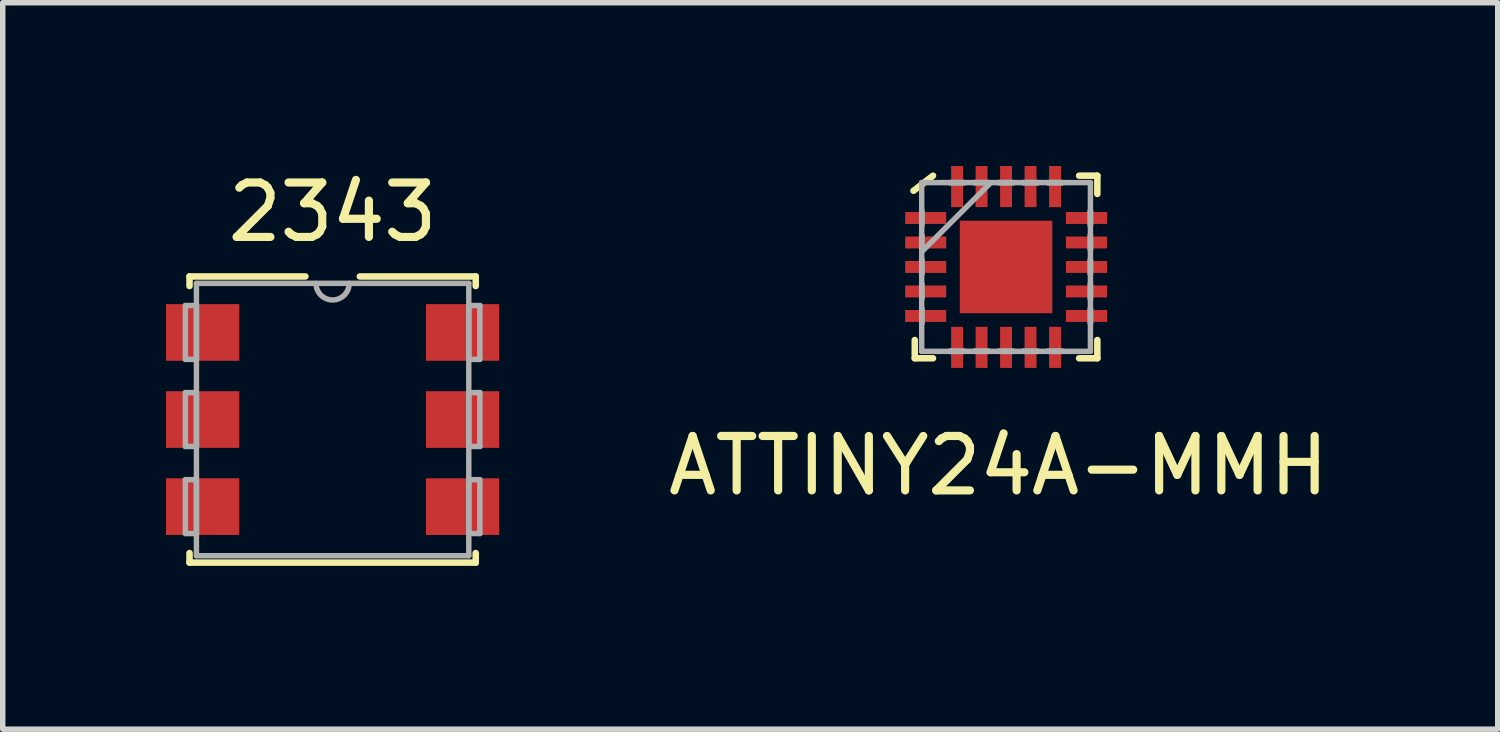
<source format=kicad_pcb>
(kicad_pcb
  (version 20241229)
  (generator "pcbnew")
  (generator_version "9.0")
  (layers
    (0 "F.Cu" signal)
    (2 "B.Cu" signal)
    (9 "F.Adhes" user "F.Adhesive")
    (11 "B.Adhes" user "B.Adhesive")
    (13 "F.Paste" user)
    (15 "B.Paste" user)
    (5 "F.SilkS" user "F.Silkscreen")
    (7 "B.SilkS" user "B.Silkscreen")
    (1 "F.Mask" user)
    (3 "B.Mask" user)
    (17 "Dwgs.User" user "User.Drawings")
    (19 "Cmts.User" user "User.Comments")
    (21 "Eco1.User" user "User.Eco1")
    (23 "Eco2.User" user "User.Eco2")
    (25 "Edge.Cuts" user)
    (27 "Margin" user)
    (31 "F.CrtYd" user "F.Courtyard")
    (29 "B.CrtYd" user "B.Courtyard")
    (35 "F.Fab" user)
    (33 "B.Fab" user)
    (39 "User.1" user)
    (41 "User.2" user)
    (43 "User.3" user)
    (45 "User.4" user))
  (footprint "ATTINY24A-MMH"
    (layer "F.Cu")
    (at 15.434 1.855)
    (property "Reference" "ATTINY24A-MMH" (at -0.14 3.65 0) (layer "F.SilkS") (effects (font (size 1 1) (thickness 0.15))))
    (attr smd)
    (fp_line (start -1.677 1.342) (end -1.677 1.677) (stroke (width 0.12) (type solid)) (layer "F.SilkS"))
    (fp_line (start -1.677 1.677) (end -1.342 1.677) (stroke (width 0.12) (type solid)) (layer "F.SilkS"))
    (fp_line (start -1.342 -1.677) (end -1.7 -1.4) (stroke (width 0.12) (type solid)) (layer "F.SilkS"))
    (fp_line (start 1.342 1.677) (end 1.677 1.677) (stroke (width 0.12) (type solid)) (layer "F.SilkS"))
    (fp_line (start 1.677 -1.677) (end 1.342 -1.677) (stroke (width 0.12) (type solid)) (layer "F.SilkS"))
    (fp_line (start 1.677 -1.342) (end 1.677 -1.677) (stroke (width 0.12) (type solid)) (layer "F.SilkS"))
    (fp_line (start 1.677 1.677) (end 1.677 1.342) (stroke (width 0.12) (type solid)) (layer "F.SilkS"))
    (fp_line (start -1.55 -1.55) (end -1.55 -1.55) (stroke (width 0.1) (type solid)) (layer "F.Fab"))
    (fp_line (start -1.55 -1.55) (end -1.55 1.55) (stroke (width 0.1) (type solid)) (layer "F.Fab"))
    (fp_line (start -1.55 -1.035) (end -1.55 -1.035) (stroke (width 0.1) (type solid)) (layer "F.Fab"))
    (fp_line (start -1.55 -1.035) (end -1.55 -0.765) (stroke (width 0.1) (type solid)) (layer "F.Fab"))
    (fp_line (start -1.55 -0.765) (end -1.55 -1.035) (stroke (width 0.1) (type solid)) (layer "F.Fab"))
    (fp_line (start -1.55 -0.765) (end -1.55 -0.765) (stroke (width 0.1) (type solid)) (layer "F.Fab"))
    (fp_line (start -1.55 -0.585) (end -1.55 -0.585) (stroke (width 0.1) (type solid)) (layer "F.Fab"))
    (fp_line (start -1.55 -0.585) (end -1.55 -0.315) (stroke (width 0.1) (type solid)) (layer "F.Fab"))
    (fp_line (start -1.55 -0.315) (end -1.55 -0.585) (stroke (width 0.1) (type solid)) (layer "F.Fab"))
    (fp_line (start -1.55 -0.315) (end -1.55 -0.315) (stroke (width 0.1) (type solid)) (layer "F.Fab"))
    (fp_line (start -1.55 -0.28) (end -0.28 -1.55) (stroke (width 0.1) (type solid)) (layer "F.Fab"))
    (fp_line (start -1.55 -0.135) (end -1.55 -0.135) (stroke (width 0.1) (type solid)) (layer "F.Fab"))
    (fp_line (start -1.55 -0.135) (end -1.55 0.135) (stroke (width 0.1) (type solid)) (layer "F.Fab"))
    (fp_line (start -1.55 0.135) (end -1.55 -0.135) (stroke (width 0.1) (type solid)) (layer "F.Fab"))
    (fp_line (start -1.55 0.135) (end -1.55 0.135) (stroke (width 0.1) (type solid)) (layer "F.Fab"))
    (fp_line (start -1.55 0.315) (end -1.55 0.315) (stroke (width 0.1) (type solid)) (layer "F.Fab"))
    (fp_line (start -1.55 0.315) (end -1.55 0.585) (stroke (width 0.1) (type solid)) (layer "F.Fab"))
    (fp_line (start -1.55 0.585) (end -1.55 0.315) (stroke (width 0.1) (type solid)) (layer "F.Fab"))
    (fp_line (start -1.55 0.585) (end -1.55 0.585) (stroke (width 0.1) (type solid)) (layer "F.Fab"))
    (fp_line (start -1.55 0.765) (end -1.55 0.765) (stroke (width 0.1) (type solid)) (layer "F.Fab"))
    (fp_line (start -1.55 0.765) (end -1.55 1.035) (stroke (width 0.1) (type solid)) (layer "F.Fab"))
    (fp_line (start -1.55 1.035) (end -1.55 0.765) (stroke (width 0.1) (type solid)) (layer "F.Fab"))
    (fp_line (start -1.55 1.035) (end -1.55 1.035) (stroke (width 0.1) (type solid)) (layer "F.Fab"))
    (fp_line (start -1.55 1.55) (end -1.55 1.55) (stroke (width 0.1) (type solid)) (layer "F.Fab"))
    (fp_line (start -1.55 1.55) (end 1.55 1.55) (stroke (width 0.1) (type solid)) (layer "F.Fab"))
    (fp_line (start -1.035 -1.55) (end -1.035 -1.55) (stroke (width 0.1) (type solid)) (layer "F.Fab"))
    (fp_line (start -1.035 -1.55) (end -0.765 -1.55) (stroke (width 0.1) (type solid)) (layer "F.Fab"))
    (fp_line (start -1.035 1.55) (end -1.035 1.55) (stroke (width 0.1) (type solid)) (layer "F.Fab"))
    (fp_line (start -1.035 1.55) (end -0.765 1.55) (stroke (width 0.1) (type solid)) (layer "F.Fab"))
    (fp_line (start -0.765 -1.55) (end -1.035 -1.55) (stroke (width 0.1) (type solid)) (layer "F.Fab"))
    (fp_line (start -0.765 -1.55) (end -0.765 -1.55) (stroke (width 0.1) (type solid)) (layer "F.Fab"))
    (fp_line (start -0.765 1.55) (end -1.035 1.55) (stroke (width 0.1) (type solid)) (layer "F.Fab"))
    (fp_line (start -0.765 1.55) (end -0.765 1.55) (stroke (width 0.1) (type solid)) (layer "F.Fab"))
    (fp_line (start -0.585 -1.55) (end -0.585 -1.55) (stroke (width 0.1) (type solid)) (layer "F.Fab"))
    (fp_line (start -0.585 -1.55) (end -0.315 -1.55) (stroke (width 0.1) (type solid)) (layer "F.Fab"))
    (fp_line (start -0.585 1.55) (end -0.585 1.55) (stroke (width 0.1) (type solid)) (layer "F.Fab"))
    (fp_line (start -0.585 1.55) (end -0.315 1.55) (stroke (width 0.1) (type solid)) (layer "F.Fab"))
    (fp_line (start -0.315 -1.55) (end -0.585 -1.55) (stroke (width 0.1) (type solid)) (layer "F.Fab"))
    (fp_line (start -0.315 -1.55) (end -0.315 -1.55) (stroke (width 0.1) (type solid)) (layer "F.Fab"))
    (fp_line (start -0.315 1.55) (end -0.585 1.55) (stroke (width 0.1) (type solid)) (layer "F.Fab"))
    (fp_line (start -0.315 1.55) (end -0.315 1.55) (stroke (width 0.1) (type solid)) (layer "F.Fab"))
    (fp_line (start -0.135 -1.55) (end -0.135 -1.55) (stroke (width 0.1) (type solid)) (layer "F.Fab"))
    (fp_line (start -0.135 -1.55) (end 0.135 -1.55) (stroke (width 0.1) (type solid)) (layer "F.Fab"))
    (fp_line (start -0.135 1.55) (end -0.135 1.55) (stroke (width 0.1) (type solid)) (layer "F.Fab"))
    (fp_line (start -0.135 1.55) (end 0.135 1.55) (stroke (width 0.1) (type solid)) (layer "F.Fab"))
    (fp_line (start 0.135 -1.55) (end -0.135 -1.55) (stroke (width 0.1) (type solid)) (layer "F.Fab"))
    (fp_line (start 0.135 -1.55) (end 0.135 -1.55) (stroke (width 0.1) (type solid)) (layer "F.Fab"))
    (fp_line (start 0.135 1.55) (end -0.135 1.55) (stroke (width 0.1) (type solid)) (layer "F.Fab"))
    (fp_line (start 0.135 1.55) (end 0.135 1.55) (stroke (width 0.1) (type solid)) (layer "F.Fab"))
    (fp_line (start 0.315 -1.55) (end 0.315 -1.55) (stroke (width 0.1) (type solid)) (layer "F.Fab"))
    (fp_line (start 0.315 -1.55) (end 0.585 -1.55) (stroke (width 0.1) (type solid)) (layer "F.Fab"))
    (fp_line (start 0.315 1.55) (end 0.315 1.55) (stroke (width 0.1) (type solid)) (layer "F.Fab"))
    (fp_line (start 0.315 1.55) (end 0.585 1.55) (stroke (width 0.1) (type solid)) (layer "F.Fab"))
    (fp_line (start 0.585 -1.55) (end 0.315 -1.55) (stroke (width 0.1) (type solid)) (layer "F.Fab"))
    (fp_line (start 0.585 -1.55) (end 0.585 -1.55) (stroke (width 0.1) (type solid)) (layer "F.Fab"))
    (fp_line (start 0.585 1.55) (end 0.315 1.55) (stroke (width 0.1) (type solid)) (layer "F.Fab"))
    (fp_line (start 0.585 1.55) (end 0.585 1.55) (stroke (width 0.1) (type solid)) (layer "F.Fab"))
    (fp_line (start 0.765 -1.55) (end 0.765 -1.55) (stroke (width 0.1) (type solid)) (layer "F.Fab"))
    (fp_line (start 0.765 -1.55) (end 1.035 -1.55) (stroke (width 0.1) (type solid)) (layer "F.Fab"))
    (fp_line (start 0.765 1.55) (end 0.765 1.55) (stroke (width 0.1) (type solid)) (layer "F.Fab"))
    (fp_line (start 0.765 1.55) (end 1.035 1.55) (stroke (width 0.1) (type solid)) (layer "F.Fab"))
    (fp_line (start 1.035 -1.55) (end 0.765 -1.55) (stroke (width 0.1) (type solid)) (layer "F.Fab"))
    (fp_line (start 1.035 -1.55) (end 1.035 -1.55) (stroke (width 0.1) (type solid)) (layer "F.Fab"))
    (fp_line (start 1.035 1.55) (end 0.765 1.55) (stroke (width 0.1) (type solid)) (layer "F.Fab"))
    (fp_line (start 1.035 1.55) (end 1.035 1.55) (stroke (width 0.1) (type solid)) (layer "F.Fab"))
    (fp_line (start 1.55 -1.55) (end -1.55 -1.55) (stroke (width 0.1) (type solid)) (layer "F.Fab"))
    (fp_line (start 1.55 -1.55) (end 1.55 -1.55) (stroke (width 0.1) (type solid)) (layer "F.Fab"))
    (fp_line (start 1.55 -1.035) (end 1.55 -1.035) (stroke (width 0.1) (type solid)) (layer "F.Fab"))
    (fp_line (start 1.55 -1.035) (end 1.55 -0.765) (stroke (width 0.1) (type solid)) (layer "F.Fab"))
    (fp_line (start 1.55 -0.765) (end 1.55 -1.035) (stroke (width 0.1) (type solid)) (layer "F.Fab"))
    (fp_line (start 1.55 -0.765) (end 1.55 -0.765) (stroke (width 0.1) (type solid)) (layer "F.Fab"))
    (fp_line (start 1.55 -0.585) (end 1.55 -0.585) (stroke (width 0.1) (type solid)) (layer "F.Fab"))
    (fp_line (start 1.55 -0.585) (end 1.55 -0.315) (stroke (width 0.1) (type solid)) (layer "F.Fab"))
    (fp_line (start 1.55 -0.315) (end 1.55 -0.585) (stroke (width 0.1) (type solid)) (layer "F.Fab"))
    (fp_line (start 1.55 -0.315) (end 1.55 -0.315) (stroke (width 0.1) (type solid)) (layer "F.Fab"))
    (fp_line (start 1.55 -0.135) (end 1.55 -0.135) (stroke (width 0.1) (type solid)) (layer "F.Fab"))
    (fp_line (start 1.55 -0.135) (end 1.55 0.135) (stroke (width 0.1) (type solid)) (layer "F.Fab"))
    (fp_line (start 1.55 0.135) (end 1.55 -0.135) (stroke (width 0.1) (type solid)) (layer "F.Fab"))
    (fp_line (start 1.55 0.135) (end 1.55 0.135) (stroke (width 0.1) (type solid)) (layer "F.Fab"))
    (fp_line (start 1.55 0.315) (end 1.55 0.315) (stroke (width 0.1) (type solid)) (layer "F.Fab"))
    (fp_line (start 1.55 0.315) (end 1.55 0.585) (stroke (width 0.1) (type solid)) (layer "F.Fab"))
    (fp_line (start 1.55 0.585) (end 1.55 0.315) (stroke (width 0.1) (type solid)) (layer "F.Fab"))
    (fp_line (start 1.55 0.585) (end 1.55 0.585) (stroke (width 0.1) (type solid)) (layer "F.Fab"))
    (fp_line (start 1.55 0.765) (end 1.55 0.765) (stroke (width 0.1) (type solid)) (layer "F.Fab"))
    (fp_line (start 1.55 0.765) (end 1.55 1.035) (stroke (width 0.1) (type solid)) (layer "F.Fab"))
    (fp_line (start 1.55 1.035) (end 1.55 0.765) (stroke (width 0.1) (type solid)) (layer "F.Fab"))
    (fp_line (start 1.55 1.035) (end 1.55 1.035) (stroke (width 0.1) (type solid)) (layer "F.Fab"))
    (fp_line (start 1.55 1.55) (end 1.55 -1.55) (stroke (width 0.1) (type solid)) (layer "F.Fab"))
    (fp_line (start 1.55 1.55) (end 1.55 1.55) (stroke (width 0.1) (type solid)) (layer "F.Fab"))
    (pad "1" smd rect (at -1.477 -0.9 90) (size 0.219 0.755) (layers "F.Cu" "F.Mask" "F.Paste"))
    (pad "2" smd rect (at -1.477 -0.45 90) (size 0.219 0.755) (layers "F.Cu" "F.Mask" "F.Paste"))
    (pad "3" smd rect (at -1.477 0 90) (size 0.219 0.755) (layers "F.Cu" "F.Mask" "F.Paste"))
    (pad "4" smd rect (at -1.477 0.45 90) (size 0.219 0.755) (layers "F.Cu" "F.Mask" "F.Paste"))
    (pad "5" smd rect (at -1.477 0.9 90) (size 0.219 0.755) (layers "F.Cu" "F.Mask" "F.Paste"))
    (pad "6" smd rect (at -0.9 1.477) (size 0.219 0.755) (layers "F.Cu" "F.Mask" "F.Paste"))
    (pad "7" smd rect (at -0.45 1.477) (size 0.219 0.755) (layers "F.Cu" "F.Mask" "F.Paste"))
    (pad "8" smd rect (at 0 1.477) (size 0.219 0.755) (layers "F.Cu" "F.Mask" "F.Paste"))
    (pad "9" smd rect (at 0.45 1.477) (size 0.219 0.755) (layers "F.Cu" "F.Mask" "F.Paste"))
    (pad "10" smd rect (at 0.9 1.477) (size 0.219 0.755) (layers "F.Cu" "F.Mask" "F.Paste"))
    (pad "11" smd rect (at 1.477 0.9 90) (size 0.219 0.755) (layers "F.Cu" "F.Mask" "F.Paste"))
    (pad "12" smd rect (at 1.477 0.45 90) (size 0.219 0.755) (layers "F.Cu" "F.Mask" "F.Paste"))
    (pad "13" smd rect (at 1.477 0 90) (size 0.219 0.755) (layers "F.Cu" "F.Mask" "F.Paste"))
    (pad "14" smd rect (at 1.477 -0.45 90) (size 0.219 0.755) (layers "F.Cu" "F.Mask" "F.Paste"))
    (pad "15" smd rect (at 1.477 -0.9 90) (size 0.219 0.755) (layers "F.Cu" "F.Mask" "F.Paste"))
    (pad "16" smd rect (at 0.9 -1.477) (size 0.219 0.755) (layers "F.Cu" "F.Mask" "F.Paste"))
    (pad "17" smd rect (at 0.45 -1.477) (size 0.219 0.755) (layers "F.Cu" "F.Mask" "F.Paste"))
    (pad "18" smd rect (at 0 -1.477) (size 0.219 0.755) (layers "F.Cu" "F.Mask" "F.Paste"))
    (pad "19" smd rect (at -0.45 -1.477) (size 0.219 0.755) (layers "F.Cu" "F.Mask" "F.Paste"))
    (pad "20" smd rect (at -0.9 -1.477) (size 0.219 0.755) (layers "F.Cu" "F.Mask" "F.Paste"))
    (pad "21" smd rect (at 0 0) (size 1.7 1.7) (layers "F.Cu" "F.Mask" "F.Paste")))
  (footprint "2343"
    (layer "F.Cu")
    (at 3.061 4.658)
    (property "Reference" "2343" (at 0 -3.81 0) (layer "F.SilkS") (effects (font (size 1 1) (thickness 0.15))))
    (attr through_hole)
    (fp_line (start -2.629 -2.629) (end -2.629 -2.453) (stroke (width 0.12) (type solid)) (layer "F.SilkS"))
    (fp_line (start -2.629 2.453) (end -2.629 2.629) (stroke (width 0.12) (type solid)) (layer "F.SilkS"))
    (fp_line (start -2.629 2.629) (end 2.629 2.629) (stroke (width 0.12) (type solid)) (layer "F.SilkS"))
    (fp_line (start -0.5 -2.629) (end -2.629 -2.629) (stroke (width 0.12) (type solid)) (layer "F.SilkS"))
    (fp_line (start 2.629 -2.629) (end 0.5 -2.629) (stroke (width 0.12) (type solid)) (layer "F.SilkS"))
    (fp_line (start 2.629 -2.453) (end 2.629 -2.629) (stroke (width 0.12) (type solid)) (layer "F.SilkS"))
    (fp_line (start 2.629 2.629) (end 2.629 2.453) (stroke (width 0.12) (type solid)) (layer "F.SilkS"))
    (fp_line (start -2.705 -2.095) (end -2.705 -1.105) (stroke (width 0.1) (type solid)) (layer "F.Fab"))
    (fp_line (start -2.705 -1.105) (end -2.502 -1.105) (stroke (width 0.1) (type solid)) (layer "F.Fab"))
    (fp_line (start -2.705 -0.495) (end -2.705 0.495) (stroke (width 0.1) (type solid)) (layer "F.Fab"))
    (fp_line (start -2.705 0.495) (end -2.502 0.495) (stroke (width 0.1) (type solid)) (layer "F.Fab"))
    (fp_line (start -2.705 1.105) (end -2.705 2.095) (stroke (width 0.1) (type solid)) (layer "F.Fab"))
    (fp_line (start -2.705 2.095) (end -2.502 2.095) (stroke (width 0.1) (type solid)) (layer "F.Fab"))
    (fp_line (start -2.502 -2.502) (end -2.502 2.502) (stroke (width 0.1) (type solid)) (layer "F.Fab"))
    (fp_line (start -2.502 -2.095) (end -2.705 -2.095) (stroke (width 0.1) (type solid)) (layer "F.Fab"))
    (fp_line (start -2.502 -1.105) (end -2.502 -2.095) (stroke (width 0.1) (type solid)) (layer "F.Fab"))
    (fp_line (start -2.502 -0.495) (end -2.705 -0.495) (stroke (width 0.1) (type solid)) (layer "F.Fab"))
    (fp_line (start -2.502 0.495) (end -2.502 -0.495) (stroke (width 0.1) (type solid)) (layer "F.Fab"))
    (fp_line (start -2.502 1.105) (end -2.705 1.105) (stroke (width 0.1) (type solid)) (layer "F.Fab"))
    (fp_line (start -2.502 2.095) (end -2.502 1.105) (stroke (width 0.1) (type solid)) (layer "F.Fab"))
    (fp_line (start -2.502 2.502) (end 2.502 2.502) (stroke (width 0.1) (type solid)) (layer "F.Fab"))
    (fp_line (start 2.502 -2.502) (end -2.502 -2.502) (stroke (width 0.1) (type solid)) (layer "F.Fab"))
    (fp_line (start 2.502 -2.095) (end 2.502 -1.105) (stroke (width 0.1) (type solid)) (layer "F.Fab"))
    (fp_line (start 2.502 -1.105) (end 2.705 -1.105) (stroke (width 0.1) (type solid)) (layer "F.Fab"))
    (fp_line (start 2.502 -0.495) (end 2.502 0.495) (stroke (width 0.1) (type solid)) (layer "F.Fab"))
    (fp_line (start 2.502 0.495) (end 2.705 0.495) (stroke (width 0.1) (type solid)) (layer "F.Fab"))
    (fp_line (start 2.502 1.105) (end 2.502 2.095) (stroke (width 0.1) (type solid)) (layer "F.Fab"))
    (fp_line (start 2.502 2.095) (end 2.705 2.095) (stroke (width 0.1) (type solid)) (layer "F.Fab"))
    (fp_line (start 2.502 2.502) (end 2.502 -2.502) (stroke (width 0.1) (type solid)) (layer "F.Fab"))
    (fp_line (start 2.705 -2.095) (end 2.502 -2.095) (stroke (width 0.1) (type solid)) (layer "F.Fab"))
    (fp_line (start 2.705 -1.105) (end 2.705 -2.095) (stroke (width 0.1) (type solid)) (layer "F.Fab"))
    (fp_line (start 2.705 -0.495) (end 2.502 -0.495) (stroke (width 0.1) (type solid)) (layer "F.Fab"))
    (fp_line (start 2.705 0.495) (end 2.705 -0.495) (stroke (width 0.1) (type solid)) (layer "F.Fab"))
    (fp_line (start 2.705 1.105) (end 2.502 1.105) (stroke (width 0.1) (type solid)) (layer "F.Fab"))
    (fp_line (start 2.705 2.095) (end 2.705 1.105) (stroke (width 0.1) (type solid)) (layer "F.Fab"))
    (fp_arc (start 0.3048 -2.5019) (mid 0 -2.1971) (end -0.3048 -2.5019) (stroke (width 0.1) (type solid)) (layer "F.Fab"))
    (pad "1" smd rect (at -2.388 -1.6) (size 1.346 1.041) (layers "F.Cu" "F.Mask" "F.Paste"))
    (pad "2" smd rect (at -2.388 0) (size 1.346 1.041) (layers "F.Cu" "F.Mask" "F.Paste"))
    (pad "3" smd rect (at -2.388 1.6) (size 1.346 1.041) (layers "F.Cu" "F.Mask" "F.Paste"))
    (pad "4" smd rect (at 2.388 1.6) (size 1.346 1.041) (layers "F.Cu" "F.Mask" "F.Paste"))
    (pad "5" smd rect (at 2.388 0) (size 1.346 1.041) (layers "F.Cu" "F.Mask" "F.Paste"))
    (pad "6" smd rect (at 2.388 -1.6) (size 1.346 1.041) (layers "F.Cu" "F.Mask" "F.Paste")))
  (gr_rect
    (start -3 -3)
    (end 24.467 10.347)
    (stroke (width 0.1) (type default))
    (fill no)
    (layer "Edge.Cuts")))
</source>
